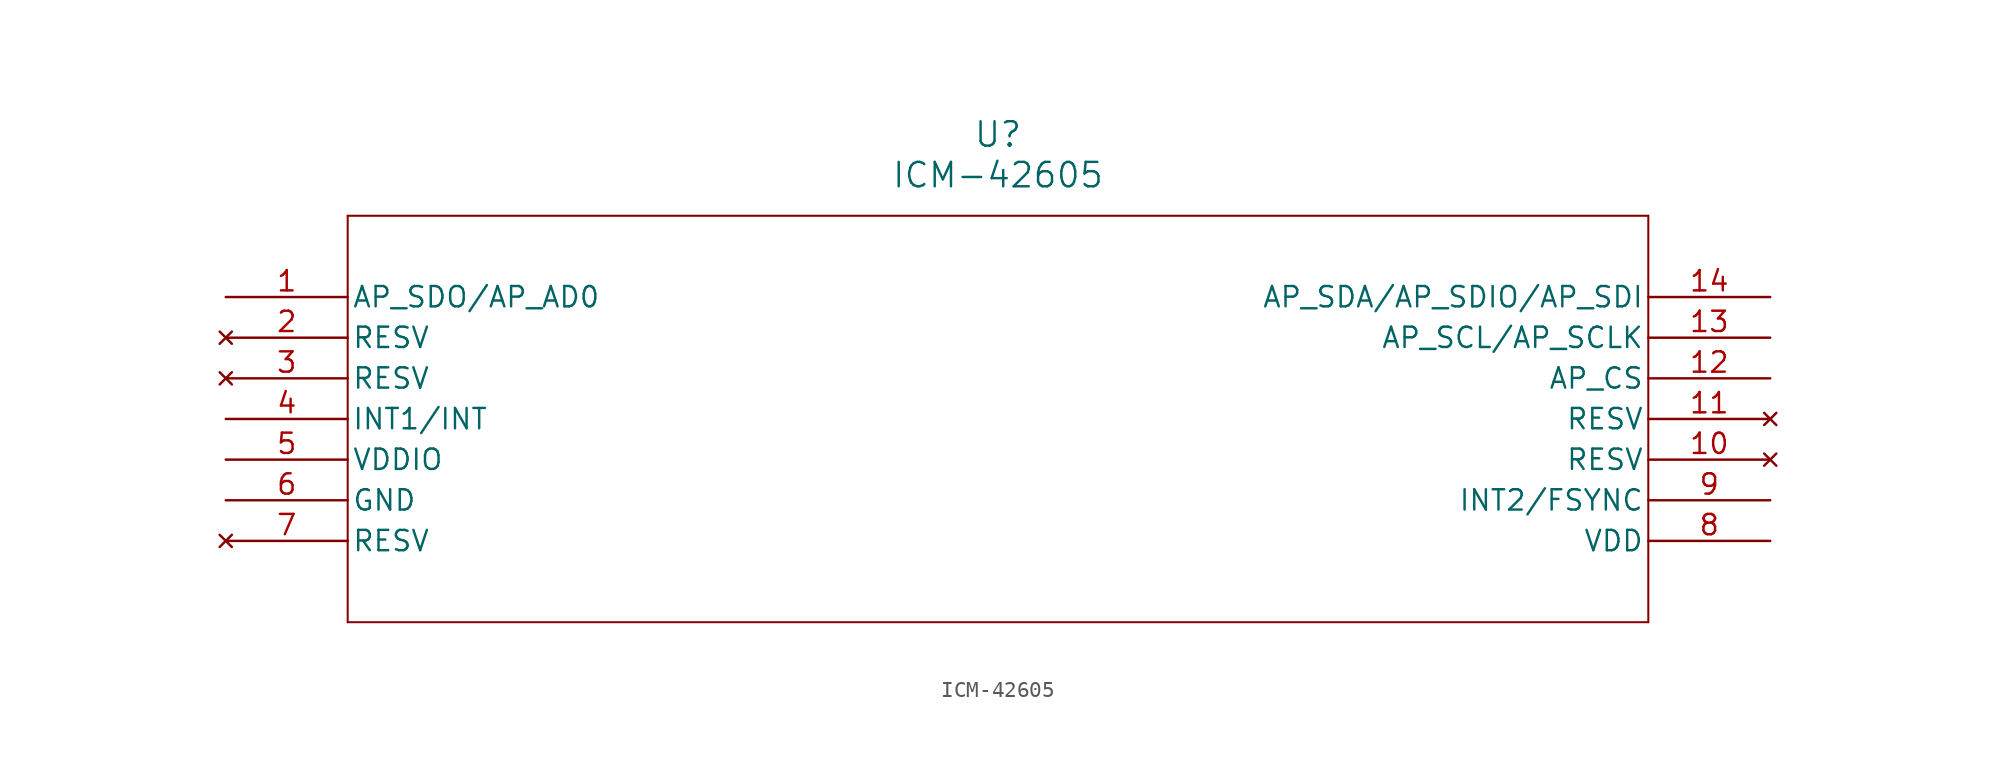
<source format=kicad_sym>
(kicad_symbol_lib
  (version 20211014)
  (generator kicad_symbol_editor)
  (symbol "ICM-42605"
    (pin_names
      (offset 0.254))
    (property "Reference" "U"
      (at 48.26 10.16 0)
      (effects (font (size 1.524 1.524))))
    (property "Value" "ICM-42605"
      (at 48.26 7.62 0)
      (effects (font (size 1.524 1.524))))
    (symbol "ICM-42605_0_1"
      (polyline (pts (xy 7.62 5.08) (xy 7.62 -20.32)) (stroke (width 0.127) (type default) (color 0 0 0 0)) (fill (type none)))
      (polyline (pts (xy 7.62 -20.32) (xy 88.9 -20.32)) (stroke (width 0.127) (type default) (color 0 0 0 0)) (fill (type none)))
      (polyline (pts (xy 88.9 -20.32) (xy 88.9 5.08)) (stroke (width 0.127) (type default) (color 0 0 0 0)) (fill (type none)))
      (polyline (pts (xy 88.9 5.08) (xy 7.62 5.08)) (stroke (width 0.127) (type default) (color 0 0 0 0)) (fill (type none)))
      (pin bidirectional line (at 0 0 0) (length 7.62) (name "AP_SDO/AP_AD0" (effects (font (size 1.27 1.27)))) (number "1" (effects (font (size 1.27 1.27)))))
      (pin no_connect line (at 0 -2.54 0) (length 7.62) (name "RESV" (effects (font (size 1.27 1.27)))) (number "2" (effects (font (size 1.27 1.27)))))
      (pin no_connect line (at 0 -5.08 0) (length 7.62) (name "RESV" (effects (font (size 1.27 1.27)))) (number "3" (effects (font (size 1.27 1.27)))))
      (pin bidirectional line (at 0 -7.62 0) (length 7.62) (name "INT1/INT" (effects (font (size 1.27 1.27)))) (number "4" (effects (font (size 1.27 1.27)))))
      (pin power_in line (at 0 -10.16 0) (length 7.62) (name "VDDIO" (effects (font (size 1.27 1.27)))) (number "5" (effects (font (size 1.27 1.27)))))
      (pin power_out line (at 0 -12.7 0) (length 7.62) (name "GND" (effects (font (size 1.27 1.27)))) (number "6" (effects (font (size 1.27 1.27)))))
      (pin no_connect line (at 0 -15.24 0) (length 7.62) (name "RESV" (effects (font (size 1.27 1.27)))) (number "7" (effects (font (size 1.27 1.27)))))
      (pin power_in line (at 96.52 -15.24 180) (length 7.62) (name "VDD" (effects (font (size 1.27 1.27)))) (number "8" (effects (font (size 1.27 1.27)))))
      (pin bidirectional line (at 96.52 -12.7 180) (length 7.62) (name "INT2/FSYNC" (effects (font (size 1.27 1.27)))) (number "9" (effects (font (size 1.27 1.27)))))
      (pin no_connect line (at 96.52 -10.16 180) (length 7.62) (name "RESV" (effects (font (size 1.27 1.27)))) (number "10" (effects (font (size 1.27 1.27)))))
      (pin no_connect line (at 96.52 -7.62 180) (length 7.62) (name "RESV" (effects (font (size 1.27 1.27)))) (number "11" (effects (font (size 1.27 1.27)))))
      (pin unspecified line (at 96.52 -5.08 180) (length 7.62) (name "AP_CS" (effects (font (size 1.27 1.27)))) (number "12" (effects (font (size 1.27 1.27)))))
      (pin unspecified line (at 96.52 -2.54 180) (length 7.62) (name "AP_SCL/AP_SCLK" (effects (font (size 1.27 1.27)))) (number "13" (effects (font (size 1.27 1.27)))))
      (pin unspecified line (at 96.52 0 180) (length 7.62) (name "AP_SDA/AP_SDIO/AP_SDI" (effects (font (size 1.27 1.27)))) (number "14" (effects (font (size 1.27 1.27))))))))
</source>
